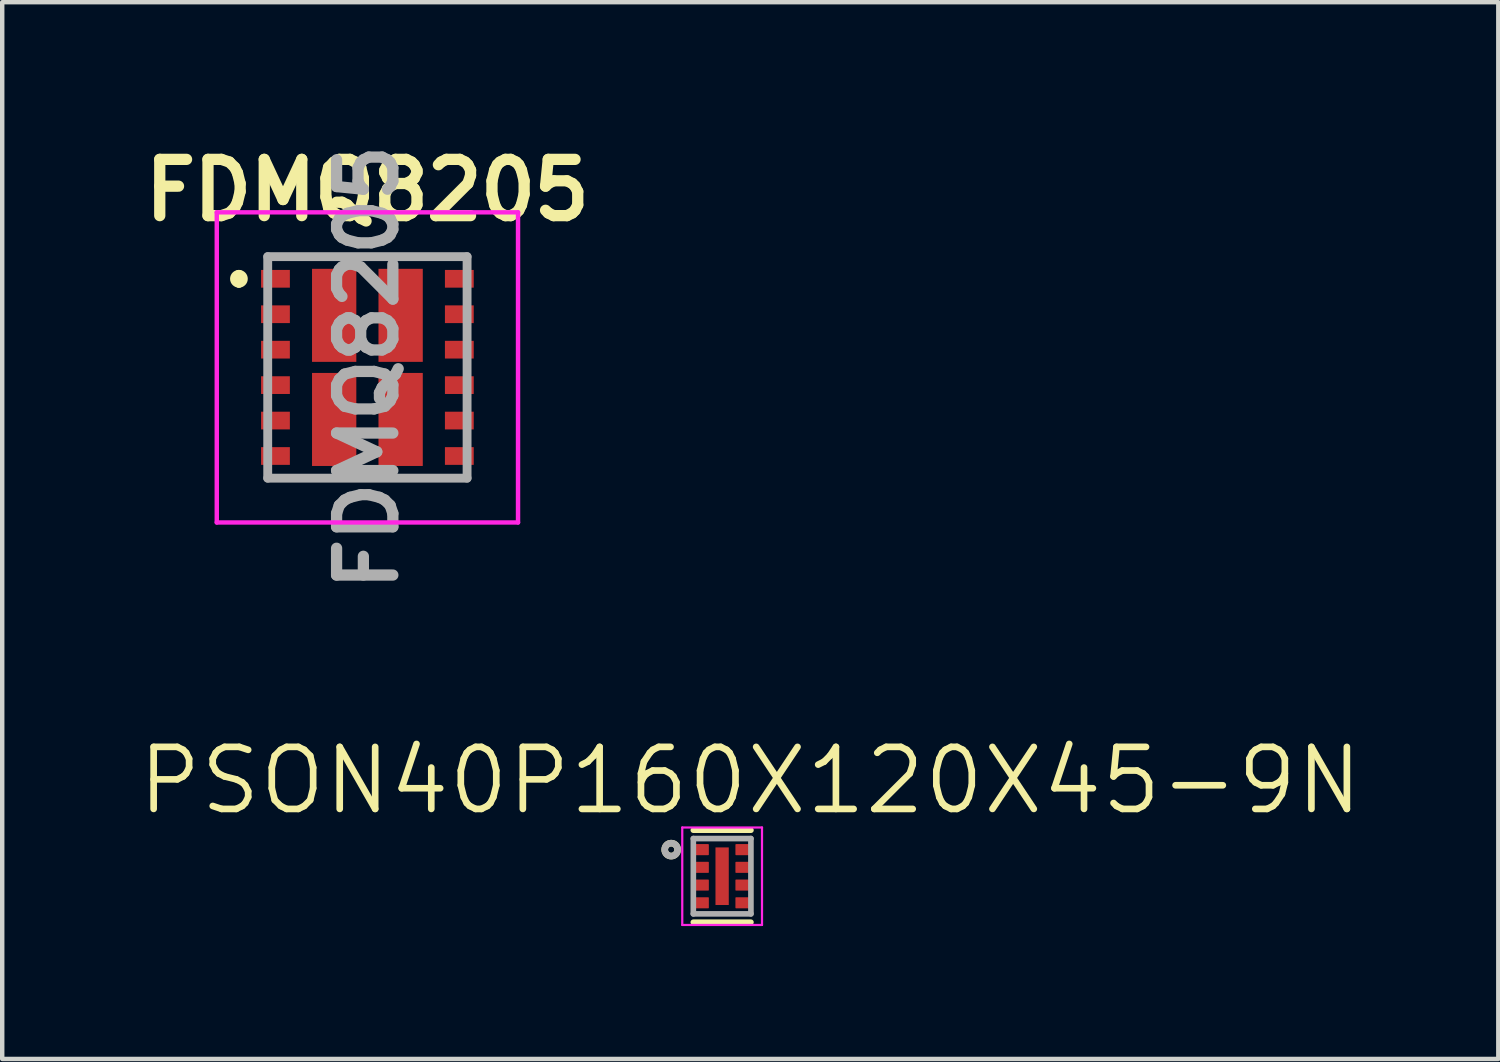
<source format=kicad_pcb>
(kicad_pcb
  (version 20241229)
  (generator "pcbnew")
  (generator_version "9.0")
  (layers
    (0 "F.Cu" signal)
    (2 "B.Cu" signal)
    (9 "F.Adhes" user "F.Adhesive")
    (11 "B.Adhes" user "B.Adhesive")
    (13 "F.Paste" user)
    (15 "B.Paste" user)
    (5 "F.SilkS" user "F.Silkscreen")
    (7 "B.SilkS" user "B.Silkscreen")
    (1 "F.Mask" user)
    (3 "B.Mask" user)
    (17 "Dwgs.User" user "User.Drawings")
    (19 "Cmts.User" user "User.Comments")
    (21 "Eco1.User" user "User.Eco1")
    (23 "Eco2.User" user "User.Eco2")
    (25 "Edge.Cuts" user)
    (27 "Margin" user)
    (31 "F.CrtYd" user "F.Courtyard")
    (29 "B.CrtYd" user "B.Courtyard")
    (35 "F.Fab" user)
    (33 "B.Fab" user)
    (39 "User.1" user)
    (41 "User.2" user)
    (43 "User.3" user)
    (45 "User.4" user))
  (footprint "FDMQ8205"
    (layer "F.Cu")
    (at 5.243 5.243)
    (property "Reference" "FDMQ8205" (at 0 -4 0) (layer "F.SilkS") (effects (font (size 1.27 1.27) (thickness 0.254))))
    (attr smd)
    (fp_line (start -2.9 -2.1) (end -2.9 -2.1) (stroke (width 0.2) (type solid)) (layer "F.SilkS"))
    (fp_line (start -2.9 -1.9) (end -2.9 -1.9) (stroke (width 0.2) (type solid)) (layer "F.SilkS"))
    (fp_line (start 2.25 -2.5) (end -2.25 -2.5) (stroke (width 0.1) (type solid)) (layer "F.SilkS"))
    (fp_line (start 2.25 2.5) (end -2.25 2.5) (stroke (width 0.1) (type solid)) (layer "F.SilkS"))
    (fp_arc (start -2.9 -2.1) (mid -2.8 -2) (end -2.9 -1.9) (stroke (width 0.2) (type solid)) (layer "F.SilkS"))
    (fp_arc (start -2.9 -1.9) (mid -3 -2) (end -2.9 -2.1) (stroke (width 0.2) (type solid)) (layer "F.SilkS"))
    (fp_line (start -3.4 -3.5) (end 3.4 -3.5) (stroke (width 0.1) (type solid)) (layer "F.CrtYd"))
    (fp_line (start -3.4 3.5) (end -3.4 -3.5) (stroke (width 0.1) (type solid)) (layer "F.CrtYd"))
    (fp_line (start 3.4 -3.5) (end 3.4 3.5) (stroke (width 0.1) (type solid)) (layer "F.CrtYd"))
    (fp_line (start 3.4 3.5) (end -3.4 3.5) (stroke (width 0.1) (type solid)) (layer "F.CrtYd"))
    (fp_line (start -2.25 -2.5) (end 2.25 -2.5) (stroke (width 0.2) (type solid)) (layer "F.Fab"))
    (fp_line (start -2.25 2.5) (end -2.25 -2.5) (stroke (width 0.2) (type solid)) (layer "F.Fab"))
    (fp_line (start 2.25 -2.5) (end 2.25 2.5) (stroke (width 0.2) (type solid)) (layer "F.Fab"))
    (fp_line (start 2.25 2.5) (end -2.25 2.5) (stroke (width 0.2) (type solid)) (layer "F.Fab"))
    (fp_text user "${REFERENCE}" (at 0 0 270) (layer "F.Fab") (effects (font (size 1.27 1.27) (thickness 0.254))))
    (pad "G1" smd rect (at -2.075 -2 270) (size 0.4 0.65) (layers "F.Cu" "F.Mask" "F.Paste"))
    (pad "G2" smd rect (at -2.075 0.4 270) (size 0.4 0.65) (layers "F.Cu" "F.Mask" "F.Paste"))
    (pad "G3" smd rect (at 2.075 0.4 270) (size 0.4 0.65) (layers "F.Cu" "F.Mask" "F.Paste"))
    (pad "G4" smd rect (at 2.075 -2 270) (size 0.4 0.65) (layers "F.Cu" "F.Mask" "F.Paste"))
    (pad "IN1" smd rect (at -0.75 -1.175) (size 1 2.1) (layers "F.Cu" "F.Mask" "F.Paste"))
    (pad "IN1" smd rect (at -0.75 1.175) (size 1 2.1) (layers "F.Cu" "F.Mask" "F.Paste"))
    (pad "IN2" smd rect (at 0.75 -1.175) (size 1 2.1) (layers "F.Cu" "F.Mask" "F.Paste"))
    (pad "IN2" smd rect (at 0.75 1.175) (size 1 2.1) (layers "F.Cu" "F.Mask" "F.Paste"))
    (pad "OUTN" smd rect (at -2.075 -1.2 270) (size 0.4 0.65) (layers "F.Cu" "F.Mask" "F.Paste"))
    (pad "OUTN" smd rect (at -2.075 -0.4 270) (size 0.4 0.65) (layers "F.Cu" "F.Mask" "F.Paste"))
    (pad "OUTN" smd rect (at 2.075 -1.2 270) (size 0.4 0.65) (layers "F.Cu" "F.Mask" "F.Paste"))
    (pad "OUTN" smd rect (at 2.075 -0.4 270) (size 0.4 0.65) (layers "F.Cu" "F.Mask" "F.Paste"))
    (pad "OUTP" smd rect (at -2.075 1.2 270) (size 0.4 0.65) (layers "F.Cu" "F.Mask" "F.Paste"))
    (pad "OUTP" smd rect (at -2.075 2 270) (size 0.4 0.65) (layers "F.Cu" "F.Mask" "F.Paste"))
    (pad "OUTP" smd rect (at 2.075 1.2 270) (size 0.4 0.65) (layers "F.Cu" "F.Mask" "F.Paste"))
    (pad "OUTP" smd rect (at 2.075 2 270) (size 0.4 0.65) (layers "F.Cu" "F.Mask" "F.Paste")))
  (footprint "PSON40P160X120X45-9N"
    (layer "F.Cu")
    (at 13.25 16.728)
    (property "Reference" "PSON40P160X120X45-9N" (at 0.635 -2.159 0) (layer "F.SilkS") (effects (font (size 1.4 1.4) (thickness 0.15))))
    (attr smd)
    (fp_line (start -0.65 -1.039) (end 0.65 -1.039) (stroke (width 0.127) (type solid)) (layer "F.SilkS"))
    (fp_line (start -0.65 1.039) (end 0.65 1.039) (stroke (width 0.127) (type solid)) (layer "F.SilkS"))
    (fp_circle (center -1.15 -0.6) (end -1.079 -0.6) (stroke (width 0.15) (type solid)) (fill no) (layer "F.SilkS"))
    (fp_poly (pts (xy -0.085 -0.6) (xy 0.085 -0.6) (xy 0.085 -0.02) (xy -0.085 -0.02)) (stroke (width 0.01) (type solid)) (fill yes) (layer "F.Paste"))
    (fp_poly (pts (xy -0.085 0.02) (xy 0.085 0.02) (xy 0.085 0.6) (xy -0.085 0.6)) (stroke (width 0.01) (type solid)) (fill yes) (layer "F.Paste"))
    (fp_line (start -0.9 -1.1) (end 0.9 -1.1) (stroke (width 0.05) (type solid)) (layer "F.CrtYd"))
    (fp_line (start -0.9 1.1) (end -0.9 -1.1) (stroke (width 0.05) (type solid)) (layer "F.CrtYd"))
    (fp_line (start 0.9 -1.1) (end 0.9 1.1) (stroke (width 0.05) (type solid)) (layer "F.CrtYd"))
    (fp_line (start 0.9 1.1) (end -0.9 1.1) (stroke (width 0.05) (type solid)) (layer "F.CrtYd"))
    (fp_line (start -0.65 -0.85) (end 0.65 -0.85) (stroke (width 0.127) (type solid)) (layer "F.Fab"))
    (fp_line (start -0.65 0.85) (end -0.65 -0.85) (stroke (width 0.127) (type solid)) (layer "F.Fab"))
    (fp_line (start 0.65 -0.85) (end 0.65 0.85) (stroke (width 0.127) (type solid)) (layer "F.Fab"))
    (fp_line (start 0.65 0.85) (end -0.65 0.85) (stroke (width 0.127) (type solid)) (layer "F.Fab"))
    (fp_circle (center -1.15 -0.6) (end -1.079 -0.6) (stroke (width 0.15) (type solid)) (fill no) (layer "F.Fab"))
    (pad "1" smd roundrect (at -0.455 -0.6) (size 0.31 0.25) (layers "F.Cu" "F.Mask" "F.Paste") (roundrect_rratio 0.06))
    (pad "2" smd roundrect (at -0.455 -0.2) (size 0.31 0.25) (layers "F.Cu" "F.Mask" "F.Paste") (roundrect_rratio 0.06))
    (pad "3" smd roundrect (at -0.455 0.2) (size 0.31 0.25) (layers "F.Cu" "F.Mask" "F.Paste") (roundrect_rratio 0.06))
    (pad "4" smd roundrect (at -0.455 0.6) (size 0.31 0.25) (layers "F.Cu" "F.Mask" "F.Paste") (roundrect_rratio 0.06))
    (pad "5" smd roundrect (at 0.455 0.6) (size 0.31 0.25) (layers "F.Cu" "F.Mask" "F.Paste") (roundrect_rratio 0.06))
    (pad "6" smd roundrect (at 0.455 0.2) (size 0.31 0.25) (layers "F.Cu" "F.Mask" "F.Paste") (roundrect_rratio 0.06))
    (pad "7" smd roundrect (at 0.455 -0.2) (size 0.31 0.25) (layers "F.Cu" "F.Mask" "F.Paste") (roundrect_rratio 0.06))
    (pad "8" smd roundrect (at 0.455 -0.6) (size 0.31 0.25) (layers "F.Cu" "F.Mask" "F.Paste") (roundrect_rratio 0.06))
    (pad "9" smd rect (at 0 0 90) (size 1.3 0.3) (layers "F.Cu" "F.Mask")))
  (gr_rect
    (start -3 -3)
    (end 30.77 20.853)
    (stroke (width 0.1) (type default))
    (fill no)
    (layer "Edge.Cuts")))
</source>
